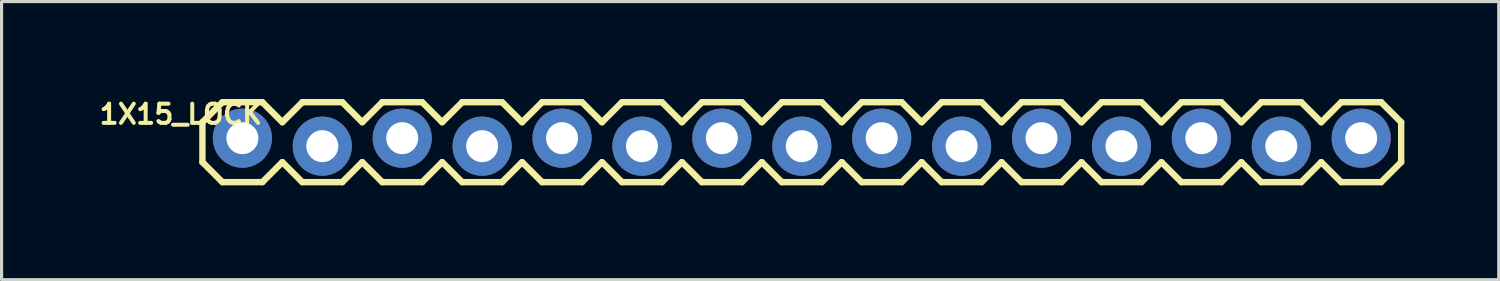
<source format=kicad_pcb>
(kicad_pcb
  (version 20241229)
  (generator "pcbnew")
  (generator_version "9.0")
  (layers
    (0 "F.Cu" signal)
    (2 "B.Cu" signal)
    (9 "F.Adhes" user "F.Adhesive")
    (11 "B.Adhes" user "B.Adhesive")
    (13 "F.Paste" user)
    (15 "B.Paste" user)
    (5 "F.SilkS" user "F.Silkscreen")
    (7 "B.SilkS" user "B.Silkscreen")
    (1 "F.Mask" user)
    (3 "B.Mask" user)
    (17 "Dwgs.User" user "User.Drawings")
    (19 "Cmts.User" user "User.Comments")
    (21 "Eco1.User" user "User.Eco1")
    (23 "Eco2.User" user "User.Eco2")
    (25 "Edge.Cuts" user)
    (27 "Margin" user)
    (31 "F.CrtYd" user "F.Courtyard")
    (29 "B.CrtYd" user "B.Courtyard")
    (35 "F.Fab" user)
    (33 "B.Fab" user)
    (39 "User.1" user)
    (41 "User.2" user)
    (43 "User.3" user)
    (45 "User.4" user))
  (footprint "1X15_LOCK"
    (placed yes)
    (layer "F.Cu")
    (at 4.654 1.469)
    (property "Reference" "1X15_LOCK" (at -1.956 -0.889 180) (layer "F.SilkS") (effects (font (size 0.61 0.61) (thickness 0.127))))
    (attr exclude_from_pos_files exclude_from_bom)
    (fp_line (start -1.27 -0.635) (end -1.27 0.635) (stroke (width 0.203) (type solid)) (layer "F.SilkS"))
    (fp_line (start -1.27 0.635) (end -0.635 1.27) (stroke (width 0.203) (type solid)) (layer "F.SilkS"))
    (fp_line (start -0.635 -1.27) (end -1.27 -0.635) (stroke (width 0.203) (type solid)) (layer "F.SilkS"))
    (fp_line (start -0.635 -1.27) (end 0.635 -1.27) (stroke (width 0.203) (type solid)) (layer "F.SilkS"))
    (fp_line (start 0.635 -1.27) (end 1.27 -0.635) (stroke (width 0.203) (type solid)) (layer "F.SilkS"))
    (fp_line (start 0.635 1.27) (end -0.635 1.27) (stroke (width 0.203) (type solid)) (layer "F.SilkS"))
    (fp_line (start 1.27 -0.635) (end 1.905 -1.27) (stroke (width 0.203) (type solid)) (layer "F.SilkS"))
    (fp_line (start 1.27 0.635) (end 0.635 1.27) (stroke (width 0.203) (type solid)) (layer "F.SilkS"))
    (fp_line (start 1.905 -1.27) (end 3.175 -1.27) (stroke (width 0.203) (type solid)) (layer "F.SilkS"))
    (fp_line (start 1.905 1.27) (end 1.27 0.635) (stroke (width 0.203) (type solid)) (layer "F.SilkS"))
    (fp_line (start 3.175 -1.27) (end 3.81 -0.635) (stroke (width 0.203) (type solid)) (layer "F.SilkS"))
    (fp_line (start 3.175 1.27) (end 1.905 1.27) (stroke (width 0.203) (type solid)) (layer "F.SilkS"))
    (fp_line (start 3.81 -0.635) (end 4.445 -1.27) (stroke (width 0.203) (type solid)) (layer "F.SilkS"))
    (fp_line (start 3.81 0.635) (end 3.175 1.27) (stroke (width 0.203) (type solid)) (layer "F.SilkS"))
    (fp_line (start 4.445 -1.27) (end 5.715 -1.27) (stroke (width 0.203) (type solid)) (layer "F.SilkS"))
    (fp_line (start 4.445 1.27) (end 3.81 0.635) (stroke (width 0.203) (type solid)) (layer "F.SilkS"))
    (fp_line (start 5.715 -1.27) (end 6.35 -0.635) (stroke (width 0.203) (type solid)) (layer "F.SilkS"))
    (fp_line (start 5.715 1.27) (end 4.445 1.27) (stroke (width 0.203) (type solid)) (layer "F.SilkS"))
    (fp_line (start 6.35 0.635) (end 5.715 1.27) (stroke (width 0.203) (type solid)) (layer "F.SilkS"))
    (fp_line (start 6.35 0.635) (end 6.985 1.27) (stroke (width 0.203) (type solid)) (layer "F.SilkS"))
    (fp_line (start 6.985 -1.27) (end 6.35 -0.635) (stroke (width 0.203) (type solid)) (layer "F.SilkS"))
    (fp_line (start 6.985 -1.27) (end 8.255 -1.27) (stroke (width 0.203) (type solid)) (layer "F.SilkS"))
    (fp_line (start 8.255 -1.27) (end 8.89 -0.635) (stroke (width 0.203) (type solid)) (layer "F.SilkS"))
    (fp_line (start 8.255 1.27) (end 6.985 1.27) (stroke (width 0.203) (type solid)) (layer "F.SilkS"))
    (fp_line (start 8.89 -0.635) (end 9.525 -1.27) (stroke (width 0.203) (type solid)) (layer "F.SilkS"))
    (fp_line (start 8.89 0.635) (end 8.255 1.27) (stroke (width 0.203) (type solid)) (layer "F.SilkS"))
    (fp_line (start 9.525 -1.27) (end 10.795 -1.27) (stroke (width 0.203) (type solid)) (layer "F.SilkS"))
    (fp_line (start 9.525 1.27) (end 8.89 0.635) (stroke (width 0.203) (type solid)) (layer "F.SilkS"))
    (fp_line (start 10.795 -1.27) (end 11.43 -0.635) (stroke (width 0.203) (type solid)) (layer "F.SilkS"))
    (fp_line (start 10.795 1.27) (end 9.525 1.27) (stroke (width 0.203) (type solid)) (layer "F.SilkS"))
    (fp_line (start 11.43 -0.635) (end 12.065 -1.27) (stroke (width 0.203) (type solid)) (layer "F.SilkS"))
    (fp_line (start 11.43 0.635) (end 10.795 1.27) (stroke (width 0.203) (type solid)) (layer "F.SilkS"))
    (fp_line (start 12.065 -1.27) (end 13.335 -1.27) (stroke (width 0.203) (type solid)) (layer "F.SilkS"))
    (fp_line (start 12.065 1.27) (end 11.43 0.635) (stroke (width 0.203) (type solid)) (layer "F.SilkS"))
    (fp_line (start 13.335 -1.27) (end 13.97 -0.635) (stroke (width 0.203) (type solid)) (layer "F.SilkS"))
    (fp_line (start 13.335 1.27) (end 12.065 1.27) (stroke (width 0.203) (type solid)) (layer "F.SilkS"))
    (fp_line (start 13.97 0.635) (end 13.335 1.27) (stroke (width 0.203) (type solid)) (layer "F.SilkS"))
    (fp_line (start 13.97 0.635) (end 14.605 1.27) (stroke (width 0.203) (type solid)) (layer "F.SilkS"))
    (fp_line (start 14.605 -1.27) (end 13.97 -0.635) (stroke (width 0.203) (type solid)) (layer "F.SilkS"))
    (fp_line (start 14.605 -1.27) (end 15.875 -1.27) (stroke (width 0.203) (type solid)) (layer "F.SilkS"))
    (fp_line (start 15.875 -1.27) (end 16.51 -0.635) (stroke (width 0.203) (type solid)) (layer "F.SilkS"))
    (fp_line (start 15.875 1.27) (end 14.605 1.27) (stroke (width 0.203) (type solid)) (layer "F.SilkS"))
    (fp_line (start 16.51 0.635) (end 15.875 1.27) (stroke (width 0.203) (type solid)) (layer "F.SilkS"))
    (fp_line (start 16.51 0.635) (end 17.145 1.27) (stroke (width 0.203) (type solid)) (layer "F.SilkS"))
    (fp_line (start 17.145 -1.27) (end 16.51 -0.635) (stroke (width 0.203) (type solid)) (layer "F.SilkS"))
    (fp_line (start 17.145 -1.27) (end 18.415 -1.27) (stroke (width 0.203) (type solid)) (layer "F.SilkS"))
    (fp_line (start 18.415 -1.27) (end 19.05 -0.635) (stroke (width 0.203) (type solid)) (layer "F.SilkS"))
    (fp_line (start 18.415 1.27) (end 17.145 1.27) (stroke (width 0.203) (type solid)) (layer "F.SilkS"))
    (fp_line (start 19.05 -0.635) (end 19.685 -1.27) (stroke (width 0.203) (type solid)) (layer "F.SilkS"))
    (fp_line (start 19.05 0.635) (end 18.415 1.27) (stroke (width 0.203) (type solid)) (layer "F.SilkS"))
    (fp_line (start 19.685 -1.27) (end 20.955 -1.27) (stroke (width 0.203) (type solid)) (layer "F.SilkS"))
    (fp_line (start 19.685 1.27) (end 19.05 0.635) (stroke (width 0.203) (type solid)) (layer "F.SilkS"))
    (fp_line (start 20.955 -1.27) (end 21.59 -0.635) (stroke (width 0.203) (type solid)) (layer "F.SilkS"))
    (fp_line (start 20.955 1.27) (end 19.685 1.27) (stroke (width 0.203) (type solid)) (layer "F.SilkS"))
    (fp_line (start 21.59 -0.635) (end 22.225 -1.27) (stroke (width 0.203) (type solid)) (layer "F.SilkS"))
    (fp_line (start 21.59 0.635) (end 20.955 1.27) (stroke (width 0.203) (type solid)) (layer "F.SilkS"))
    (fp_line (start 22.225 -1.27) (end 23.495 -1.27) (stroke (width 0.203) (type solid)) (layer "F.SilkS"))
    (fp_line (start 22.225 1.27) (end 21.59 0.635) (stroke (width 0.203) (type solid)) (layer "F.SilkS"))
    (fp_line (start 23.495 -1.27) (end 24.13 -0.635) (stroke (width 0.203) (type solid)) (layer "F.SilkS"))
    (fp_line (start 23.495 1.27) (end 22.225 1.27) (stroke (width 0.203) (type solid)) (layer "F.SilkS"))
    (fp_line (start 24.13 0.635) (end 23.495 1.27) (stroke (width 0.203) (type solid)) (layer "F.SilkS"))
    (fp_line (start 24.13 0.635) (end 24.765 1.27) (stroke (width 0.203) (type solid)) (layer "F.SilkS"))
    (fp_line (start 24.765 -1.27) (end 24.13 -0.635) (stroke (width 0.203) (type solid)) (layer "F.SilkS"))
    (fp_line (start 24.765 -1.27) (end 26.035 -1.27) (stroke (width 0.203) (type solid)) (layer "F.SilkS"))
    (fp_line (start 26.035 -1.27) (end 26.67 -0.635) (stroke (width 0.203) (type solid)) (layer "F.SilkS"))
    (fp_line (start 26.035 1.27) (end 24.765 1.27) (stroke (width 0.203) (type solid)) (layer "F.SilkS"))
    (fp_line (start 26.67 -0.635) (end 27.305 -1.27) (stroke (width 0.203) (type solid)) (layer "F.SilkS"))
    (fp_line (start 26.67 0.635) (end 26.035 1.27) (stroke (width 0.203) (type solid)) (layer "F.SilkS"))
    (fp_line (start 27.305 -1.27) (end 28.575 -1.27) (stroke (width 0.203) (type solid)) (layer "F.SilkS"))
    (fp_line (start 27.305 1.27) (end 26.67 0.635) (stroke (width 0.203) (type solid)) (layer "F.SilkS"))
    (fp_line (start 28.575 -1.27) (end 29.21 -0.635) (stroke (width 0.203) (type solid)) (layer "F.SilkS"))
    (fp_line (start 28.575 1.27) (end 27.305 1.27) (stroke (width 0.203) (type solid)) (layer "F.SilkS"))
    (fp_line (start 29.21 -0.635) (end 29.845 -1.27) (stroke (width 0.203) (type solid)) (layer "F.SilkS"))
    (fp_line (start 29.21 0.635) (end 28.575 1.27) (stroke (width 0.203) (type solid)) (layer "F.SilkS"))
    (fp_line (start 29.845 -1.27) (end 31.115 -1.27) (stroke (width 0.203) (type solid)) (layer "F.SilkS"))
    (fp_line (start 29.845 1.27) (end 29.21 0.635) (stroke (width 0.203) (type solid)) (layer "F.SilkS"))
    (fp_line (start 31.115 -1.27) (end 31.75 -0.635) (stroke (width 0.203) (type solid)) (layer "F.SilkS"))
    (fp_line (start 31.115 1.27) (end 29.845 1.27) (stroke (width 0.203) (type solid)) (layer "F.SilkS"))
    (fp_line (start 31.75 0.635) (end 31.115 1.27) (stroke (width 0.203) (type solid)) (layer "F.SilkS"))
    (fp_line (start 31.75 0.635) (end 32.385 1.27) (stroke (width 0.203) (type solid)) (layer "F.SilkS"))
    (fp_line (start 32.385 -1.27) (end 31.75 -0.635) (stroke (width 0.203) (type solid)) (layer "F.SilkS"))
    (fp_line (start 32.385 -1.27) (end 33.655 -1.27) (stroke (width 0.203) (type solid)) (layer "F.SilkS"))
    (fp_line (start 33.655 -1.27) (end 34.29 -0.635) (stroke (width 0.203) (type solid)) (layer "F.SilkS"))
    (fp_line (start 33.655 1.27) (end 32.385 1.27) (stroke (width 0.203) (type solid)) (layer "F.SilkS"))
    (fp_line (start 34.29 0.635) (end 33.655 1.27) (stroke (width 0.203) (type solid)) (layer "F.SilkS"))
    (fp_line (start 34.29 0.635) (end 34.925 1.27) (stroke (width 0.203) (type solid)) (layer "F.SilkS"))
    (fp_line (start 34.925 -1.27) (end 34.29 -0.635) (stroke (width 0.203) (type solid)) (layer "F.SilkS"))
    (fp_line (start 34.925 -1.27) (end 36.195 -1.27) (stroke (width 0.203) (type solid)) (layer "F.SilkS"))
    (fp_line (start 36.195 -1.27) (end 36.83 -0.635) (stroke (width 0.203) (type solid)) (layer "F.SilkS"))
    (fp_line (start 36.195 1.27) (end 34.925 1.27) (stroke (width 0.203) (type solid)) (layer "F.SilkS"))
    (fp_line (start 36.83 -0.635) (end 36.83 0.635) (stroke (width 0.203) (type solid)) (layer "F.SilkS"))
    (fp_line (start 36.83 0.635) (end 36.195 1.27) (stroke (width 0.203) (type solid)) (layer "F.SilkS"))
    (pad "1" thru_hole circle (at 0 -0.127) (size 1.88 1.88) (drill 1.016) (layers "*.Cu" "*.Mask"))
    (pad "2" thru_hole circle (at 2.54 0.127) (size 1.88 1.88) (drill 1.016) (layers "*.Cu" "*.Mask"))
    (pad "3" thru_hole circle (at 5.08 -0.127) (size 1.88 1.88) (drill 1.016) (layers "*.Cu" "*.Mask"))
    (pad "4" thru_hole circle (at 7.62 0.127) (size 1.88 1.88) (drill 1.016) (layers "*.Cu" "*.Mask"))
    (pad "5" thru_hole circle (at 10.16 -0.127) (size 1.88 1.88) (drill 1.016) (layers "*.Cu" "*.Mask"))
    (pad "6" thru_hole circle (at 12.7 0.127) (size 1.88 1.88) (drill 1.016) (layers "*.Cu" "*.Mask"))
    (pad "7" thru_hole circle (at 15.24 -0.127) (size 1.88 1.88) (drill 1.016) (layers "*.Cu" "*.Mask"))
    (pad "8" thru_hole circle (at 17.78 0.127) (size 1.88 1.88) (drill 1.016) (layers "*.Cu" "*.Mask"))
    (pad "9" thru_hole circle (at 20.32 -0.127) (size 1.88 1.88) (drill 1.016) (layers "*.Cu" "*.Mask"))
    (pad "10" thru_hole circle (at 22.86 0.127) (size 1.88 1.88) (drill 1.016) (layers "*.Cu" "*.Mask"))
    (pad "11" thru_hole circle (at 25.4 -0.127) (size 1.88 1.88) (drill 1.016) (layers "*.Cu" "*.Mask"))
    (pad "12" thru_hole circle (at 27.94 0.127) (size 1.88 1.88) (drill 1.016) (layers "*.Cu" "*.Mask"))
    (pad "13" thru_hole circle (at 30.48 -0.127) (size 1.88 1.88) (drill 1.016) (layers "*.Cu" "*.Mask"))
    (pad "14" thru_hole circle (at 33.02 0.127) (size 1.88 1.88) (drill 1.016) (layers "*.Cu" "*.Mask"))
    (pad "15" thru_hole circle (at 35.56 -0.127) (size 1.88 1.88) (drill 1.016) (layers "*.Cu" "*.Mask")))
  (gr_rect
    (start -3 -3)
    (end 44.586 5.84)
    (stroke (width 0.1) (type default))
    (fill no)
    (layer "Edge.Cuts")))
</source>
